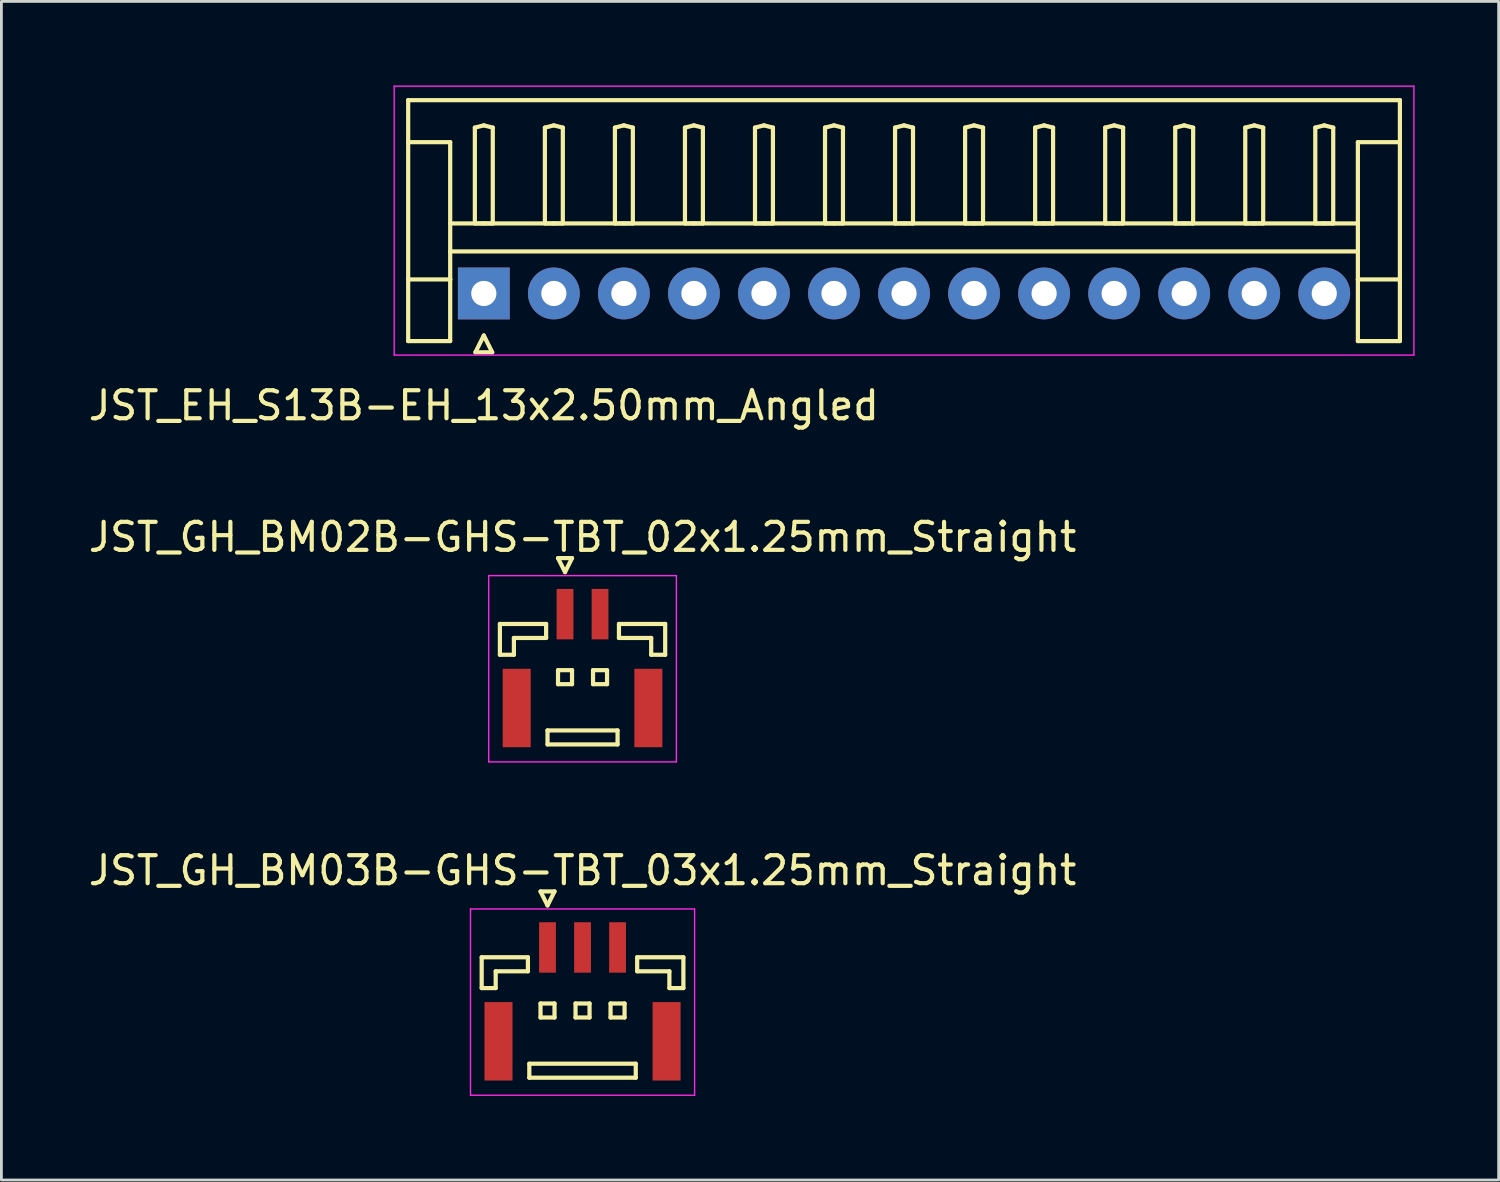
<source format=kicad_pcb>
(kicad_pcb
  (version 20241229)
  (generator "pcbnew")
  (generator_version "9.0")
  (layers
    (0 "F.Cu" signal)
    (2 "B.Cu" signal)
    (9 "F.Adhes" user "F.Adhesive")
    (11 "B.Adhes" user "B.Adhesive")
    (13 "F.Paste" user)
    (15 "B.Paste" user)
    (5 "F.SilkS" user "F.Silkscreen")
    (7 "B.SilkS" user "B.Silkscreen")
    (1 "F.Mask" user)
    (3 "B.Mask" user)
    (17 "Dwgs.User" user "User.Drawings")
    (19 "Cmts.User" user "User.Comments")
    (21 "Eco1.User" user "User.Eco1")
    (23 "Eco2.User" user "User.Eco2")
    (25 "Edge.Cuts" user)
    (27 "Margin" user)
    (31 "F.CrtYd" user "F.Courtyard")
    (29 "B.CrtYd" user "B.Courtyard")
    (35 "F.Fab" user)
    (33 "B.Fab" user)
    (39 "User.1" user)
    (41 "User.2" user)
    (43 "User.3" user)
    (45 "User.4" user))
  (footprint "JST_EH_S13B-EH_13x2.50mm_Angled"
    (layer "F.Cu")
    (at 14.22 7.425)
    (property "Reference" "JST_EH_S13B-EH_13x2.50mm_Angled" (at 0 4 0) (layer "F.SilkS") (effects (font (size 1 1) (thickness 0.15))))
    (attr through_hole)
    (fp_line (start -2.7 -6.9) (end 32.7 -6.9) (stroke (width 0.15) (type solid)) (layer "F.SilkS"))
    (fp_line (start -2.7 -5.4) (end -1.2 -5.4) (stroke (width 0.15) (type solid)) (layer "F.SilkS"))
    (fp_line (start -2.7 1.7) (end -2.7 -6.9) (stroke (width 0.15) (type solid)) (layer "F.SilkS"))
    (fp_line (start -1.2 -5.4) (end -1.2 -0.5) (stroke (width 0.15) (type solid)) (layer "F.SilkS"))
    (fp_line (start -1.2 -2.5) (end 31.2 -2.5) (stroke (width 0.15) (type solid)) (layer "F.SilkS"))
    (fp_line (start -1.2 -1.5) (end 31.2 -1.5) (stroke (width 0.15) (type solid)) (layer "F.SilkS"))
    (fp_line (start -1.2 -0.5) (end -2.7 -0.5) (stroke (width 0.15) (type solid)) (layer "F.SilkS"))
    (fp_line (start -1.2 -0.5) (end -1.2 1.7) (stroke (width 0.15) (type solid)) (layer "F.SilkS"))
    (fp_line (start -1.2 1.7) (end -2.7 1.7) (stroke (width 0.15) (type solid)) (layer "F.SilkS"))
    (fp_line (start -0.32 -5.92) (end 0 -6) (stroke (width 0.15) (type solid)) (layer "F.SilkS"))
    (fp_line (start -0.32 -2.5) (end -0.32 -5.92) (stroke (width 0.15) (type solid)) (layer "F.SilkS"))
    (fp_line (start -0.3 2.1) (end 0.3 2.1) (stroke (width 0.15) (type solid)) (layer "F.SilkS"))
    (fp_line (start 0 -6) (end 0.32 -5.92) (stroke (width 0.15) (type solid)) (layer "F.SilkS"))
    (fp_line (start 0 -2.5) (end -0.32 -2.5) (stroke (width 0.15) (type solid)) (layer "F.SilkS"))
    (fp_line (start 0 1.5) (end -0.3 2.1) (stroke (width 0.15) (type solid)) (layer "F.SilkS"))
    (fp_line (start 0.3 2.1) (end 0 1.5) (stroke (width 0.15) (type solid)) (layer "F.SilkS"))
    (fp_line (start 0.32 -5.92) (end 0.32 -2.5) (stroke (width 0.15) (type solid)) (layer "F.SilkS"))
    (fp_line (start 0.32 -2.5) (end 0 -2.5) (stroke (width 0.15) (type solid)) (layer "F.SilkS"))
    (fp_line (start 2.18 -5.92) (end 2.5 -6) (stroke (width 0.15) (type solid)) (layer "F.SilkS"))
    (fp_line (start 2.18 -2.5) (end 2.18 -5.92) (stroke (width 0.15) (type solid)) (layer "F.SilkS"))
    (fp_line (start 2.5 -6) (end 2.82 -5.92) (stroke (width 0.15) (type solid)) (layer "F.SilkS"))
    (fp_line (start 2.5 -2.5) (end 2.18 -2.5) (stroke (width 0.15) (type solid)) (layer "F.SilkS"))
    (fp_line (start 2.82 -5.92) (end 2.82 -2.5) (stroke (width 0.15) (type solid)) (layer "F.SilkS"))
    (fp_line (start 2.82 -2.5) (end 2.5 -2.5) (stroke (width 0.15) (type solid)) (layer "F.SilkS"))
    (fp_line (start 4.68 -5.92) (end 5 -6) (stroke (width 0.15) (type solid)) (layer "F.SilkS"))
    (fp_line (start 4.68 -2.5) (end 4.68 -5.92) (stroke (width 0.15) (type solid)) (layer "F.SilkS"))
    (fp_line (start 5 -6) (end 5.32 -5.92) (stroke (width 0.15) (type solid)) (layer "F.SilkS"))
    (fp_line (start 5 -2.5) (end 4.68 -2.5) (stroke (width 0.15) (type solid)) (layer "F.SilkS"))
    (fp_line (start 5.32 -5.92) (end 5.32 -2.5) (stroke (width 0.15) (type solid)) (layer "F.SilkS"))
    (fp_line (start 5.32 -2.5) (end 5 -2.5) (stroke (width 0.15) (type solid)) (layer "F.SilkS"))
    (fp_line (start 7.18 -5.92) (end 7.5 -6) (stroke (width 0.15) (type solid)) (layer "F.SilkS"))
    (fp_line (start 7.18 -2.5) (end 7.18 -5.92) (stroke (width 0.15) (type solid)) (layer "F.SilkS"))
    (fp_line (start 7.5 -6) (end 7.82 -5.92) (stroke (width 0.15) (type solid)) (layer "F.SilkS"))
    (fp_line (start 7.5 -2.5) (end 7.18 -2.5) (stroke (width 0.15) (type solid)) (layer "F.SilkS"))
    (fp_line (start 7.82 -5.92) (end 7.82 -2.5) (stroke (width 0.15) (type solid)) (layer "F.SilkS"))
    (fp_line (start 7.82 -2.5) (end 7.5 -2.5) (stroke (width 0.15) (type solid)) (layer "F.SilkS"))
    (fp_line (start 9.68 -5.92) (end 10 -6) (stroke (width 0.15) (type solid)) (layer "F.SilkS"))
    (fp_line (start 9.68 -2.5) (end 9.68 -5.92) (stroke (width 0.15) (type solid)) (layer "F.SilkS"))
    (fp_line (start 10 -6) (end 10.32 -5.92) (stroke (width 0.15) (type solid)) (layer "F.SilkS"))
    (fp_line (start 10 -2.5) (end 9.68 -2.5) (stroke (width 0.15) (type solid)) (layer "F.SilkS"))
    (fp_line (start 10.32 -5.92) (end 10.32 -2.5) (stroke (width 0.15) (type solid)) (layer "F.SilkS"))
    (fp_line (start 10.32 -2.5) (end 10 -2.5) (stroke (width 0.15) (type solid)) (layer "F.SilkS"))
    (fp_line (start 12.18 -5.92) (end 12.5 -6) (stroke (width 0.15) (type solid)) (layer "F.SilkS"))
    (fp_line (start 12.18 -2.5) (end 12.18 -5.92) (stroke (width 0.15) (type solid)) (layer "F.SilkS"))
    (fp_line (start 12.5 -6) (end 12.82 -5.92) (stroke (width 0.15) (type solid)) (layer "F.SilkS"))
    (fp_line (start 12.5 -2.5) (end 12.18 -2.5) (stroke (width 0.15) (type solid)) (layer "F.SilkS"))
    (fp_line (start 12.82 -5.92) (end 12.82 -2.5) (stroke (width 0.15) (type solid)) (layer "F.SilkS"))
    (fp_line (start 12.82 -2.5) (end 12.5 -2.5) (stroke (width 0.15) (type solid)) (layer "F.SilkS"))
    (fp_line (start 14.68 -5.92) (end 15 -6) (stroke (width 0.15) (type solid)) (layer "F.SilkS"))
    (fp_line (start 14.68 -2.5) (end 14.68 -5.92) (stroke (width 0.15) (type solid)) (layer "F.SilkS"))
    (fp_line (start 15 -6) (end 15.32 -5.92) (stroke (width 0.15) (type solid)) (layer "F.SilkS"))
    (fp_line (start 15 -2.5) (end 14.68 -2.5) (stroke (width 0.15) (type solid)) (layer "F.SilkS"))
    (fp_line (start 15.32 -5.92) (end 15.32 -2.5) (stroke (width 0.15) (type solid)) (layer "F.SilkS"))
    (fp_line (start 15.32 -2.5) (end 15 -2.5) (stroke (width 0.15) (type solid)) (layer "F.SilkS"))
    (fp_line (start 17.18 -5.92) (end 17.5 -6) (stroke (width 0.15) (type solid)) (layer "F.SilkS"))
    (fp_line (start 17.18 -2.5) (end 17.18 -5.92) (stroke (width 0.15) (type solid)) (layer "F.SilkS"))
    (fp_line (start 17.5 -6) (end 17.82 -5.92) (stroke (width 0.15) (type solid)) (layer "F.SilkS"))
    (fp_line (start 17.5 -2.5) (end 17.18 -2.5) (stroke (width 0.15) (type solid)) (layer "F.SilkS"))
    (fp_line (start 17.82 -5.92) (end 17.82 -2.5) (stroke (width 0.15) (type solid)) (layer "F.SilkS"))
    (fp_line (start 17.82 -2.5) (end 17.5 -2.5) (stroke (width 0.15) (type solid)) (layer "F.SilkS"))
    (fp_line (start 19.68 -5.92) (end 20 -6) (stroke (width 0.15) (type solid)) (layer "F.SilkS"))
    (fp_line (start 19.68 -2.5) (end 19.68 -5.92) (stroke (width 0.15) (type solid)) (layer "F.SilkS"))
    (fp_line (start 20 -6) (end 20.32 -5.92) (stroke (width 0.15) (type solid)) (layer "F.SilkS"))
    (fp_line (start 20 -2.5) (end 19.68 -2.5) (stroke (width 0.15) (type solid)) (layer "F.SilkS"))
    (fp_line (start 20.32 -5.92) (end 20.32 -2.5) (stroke (width 0.15) (type solid)) (layer "F.SilkS"))
    (fp_line (start 20.32 -2.5) (end 20 -2.5) (stroke (width 0.15) (type solid)) (layer "F.SilkS"))
    (fp_line (start 22.18 -5.92) (end 22.5 -6) (stroke (width 0.15) (type solid)) (layer "F.SilkS"))
    (fp_line (start 22.18 -2.5) (end 22.18 -5.92) (stroke (width 0.15) (type solid)) (layer "F.SilkS"))
    (fp_line (start 22.5 -6) (end 22.82 -5.92) (stroke (width 0.15) (type solid)) (layer "F.SilkS"))
    (fp_line (start 22.5 -2.5) (end 22.18 -2.5) (stroke (width 0.15) (type solid)) (layer "F.SilkS"))
    (fp_line (start 22.82 -5.92) (end 22.82 -2.5) (stroke (width 0.15) (type solid)) (layer "F.SilkS"))
    (fp_line (start 22.82 -2.5) (end 22.5 -2.5) (stroke (width 0.15) (type solid)) (layer "F.SilkS"))
    (fp_line (start 24.68 -5.92) (end 25 -6) (stroke (width 0.15) (type solid)) (layer "F.SilkS"))
    (fp_line (start 24.68 -2.5) (end 24.68 -5.92) (stroke (width 0.15) (type solid)) (layer "F.SilkS"))
    (fp_line (start 25 -6) (end 25.32 -5.92) (stroke (width 0.15) (type solid)) (layer "F.SilkS"))
    (fp_line (start 25 -2.5) (end 24.68 -2.5) (stroke (width 0.15) (type solid)) (layer "F.SilkS"))
    (fp_line (start 25.32 -5.92) (end 25.32 -2.5) (stroke (width 0.15) (type solid)) (layer "F.SilkS"))
    (fp_line (start 25.32 -2.5) (end 25 -2.5) (stroke (width 0.15) (type solid)) (layer "F.SilkS"))
    (fp_line (start 27.18 -5.92) (end 27.5 -6) (stroke (width 0.15) (type solid)) (layer "F.SilkS"))
    (fp_line (start 27.18 -2.5) (end 27.18 -5.92) (stroke (width 0.15) (type solid)) (layer "F.SilkS"))
    (fp_line (start 27.5 -6) (end 27.82 -5.92) (stroke (width 0.15) (type solid)) (layer "F.SilkS"))
    (fp_line (start 27.5 -2.5) (end 27.18 -2.5) (stroke (width 0.15) (type solid)) (layer "F.SilkS"))
    (fp_line (start 27.82 -5.92) (end 27.82 -2.5) (stroke (width 0.15) (type solid)) (layer "F.SilkS"))
    (fp_line (start 27.82 -2.5) (end 27.5 -2.5) (stroke (width 0.15) (type solid)) (layer "F.SilkS"))
    (fp_line (start 29.68 -5.92) (end 30 -6) (stroke (width 0.15) (type solid)) (layer "F.SilkS"))
    (fp_line (start 29.68 -2.5) (end 29.68 -5.92) (stroke (width 0.15) (type solid)) (layer "F.SilkS"))
    (fp_line (start 30 -6) (end 30.32 -5.92) (stroke (width 0.15) (type solid)) (layer "F.SilkS"))
    (fp_line (start 30 -2.5) (end 29.68 -2.5) (stroke (width 0.15) (type solid)) (layer "F.SilkS"))
    (fp_line (start 30.32 -5.92) (end 30.32 -2.5) (stroke (width 0.15) (type solid)) (layer "F.SilkS"))
    (fp_line (start 30.32 -2.5) (end 30 -2.5) (stroke (width 0.15) (type solid)) (layer "F.SilkS"))
    (fp_line (start 31.2 -5.4) (end 31.2 -0.5) (stroke (width 0.15) (type solid)) (layer "F.SilkS"))
    (fp_line (start 31.2 -0.5) (end 32.7 -0.5) (stroke (width 0.15) (type solid)) (layer "F.SilkS"))
    (fp_line (start 31.2 1.7) (end 31.2 -0.5) (stroke (width 0.15) (type solid)) (layer "F.SilkS"))
    (fp_line (start 32.7 -6.9) (end 32.7 1.7) (stroke (width 0.15) (type solid)) (layer "F.SilkS"))
    (fp_line (start 32.7 -5.4) (end 31.2 -5.4) (stroke (width 0.15) (type solid)) (layer "F.SilkS"))
    (fp_line (start 32.7 1.7) (end 31.2 1.7) (stroke (width 0.15) (type solid)) (layer "F.SilkS"))
    (fp_line (start -3.2 -7.4) (end -3.2 2.2) (stroke (width 0.05) (type solid)) (layer "F.CrtYd"))
    (fp_line (start -3.2 2.2) (end 33.2 2.2) (stroke (width 0.05) (type solid)) (layer "F.CrtYd"))
    (fp_line (start 33.2 -7.4) (end -3.2 -7.4) (stroke (width 0.05) (type solid)) (layer "F.CrtYd"))
    (fp_line (start 33.2 2.2) (end 33.2 -7.4) (stroke (width 0.05) (type solid)) (layer "F.CrtYd"))
    (pad "1" thru_hole rect (at 0 0) (size 1.85 1.85) (drill 0.9) (layers "*.Cu" "*.Mask"))
    (pad "2" thru_hole circle (at 2.5 0) (size 1.85 1.85) (drill 0.9) (layers "*.Cu" "*.Mask"))
    (pad "3" thru_hole circle (at 5 0) (size 1.85 1.85) (drill 0.9) (layers "*.Cu" "*.Mask"))
    (pad "4" thru_hole circle (at 7.5 0) (size 1.85 1.85) (drill 0.9) (layers "*.Cu" "*.Mask"))
    (pad "5" thru_hole circle (at 10 0) (size 1.85 1.85) (drill 0.9) (layers "*.Cu" "*.Mask"))
    (pad "6" thru_hole circle (at 12.5 0) (size 1.85 1.85) (drill 0.9) (layers "*.Cu" "*.Mask"))
    (pad "7" thru_hole circle (at 15 0) (size 1.85 1.85) (drill 0.9) (layers "*.Cu" "*.Mask"))
    (pad "8" thru_hole circle (at 17.5 0) (size 1.85 1.85) (drill 0.9) (layers "*.Cu" "*.Mask"))
    (pad "9" thru_hole circle (at 20 0) (size 1.85 1.85) (drill 0.9) (layers "*.Cu" "*.Mask"))
    (pad "10" thru_hole circle (at 22.5 0) (size 1.85 1.85) (drill 0.9) (layers "*.Cu" "*.Mask"))
    (pad "11" thru_hole circle (at 25 0) (size 1.85 1.85) (drill 0.9) (layers "*.Cu" "*.Mask"))
    (pad "12" thru_hole circle (at 27.5 0) (size 1.85 1.85) (drill 0.9) (layers "*.Cu" "*.Mask"))
    (pad "13" thru_hole circle (at 30 0) (size 1.85 1.85) (drill 0.9) (layers "*.Cu" "*.Mask")))
  (footprint "JST_GH_BM03B-GHS-TBT_03x1.25mm_Straight"
    (layer "F.Cu")
    (at 17.744 32.445)
    (property "Reference" "JST_GH_BM03B-GHS-TBT_03x1.25mm_Straight" (at 0 -4.425 0) (layer "F.SilkS") (effects (font (size 1 1) (thickness 0.15))))
    (attr smd)
    (fp_line (start -3.6 -1.325) (end -1.95 -1.325) (stroke (width 0.15) (type solid)) (layer "F.SilkS"))
    (fp_line (start -3.6 -0.225) (end -3.6 -1.325) (stroke (width 0.15) (type solid)) (layer "F.SilkS"))
    (fp_line (start -3.1 -0.825) (end -3.1 -0.225) (stroke (width 0.15) (type solid)) (layer "F.SilkS"))
    (fp_line (start -3.1 -0.225) (end -3.6 -0.225) (stroke (width 0.15) (type solid)) (layer "F.SilkS"))
    (fp_line (start -1.95 -1.325) (end -1.95 -0.825) (stroke (width 0.15) (type solid)) (layer "F.SilkS"))
    (fp_line (start -1.95 -0.825) (end -3.1 -0.825) (stroke (width 0.15) (type solid)) (layer "F.SilkS"))
    (fp_line (start -1.9 2.475) (end -1.9 2.975) (stroke (width 0.15) (type solid)) (layer "F.SilkS"))
    (fp_line (start -1.9 2.975) (end 1.9 2.975) (stroke (width 0.15) (type solid)) (layer "F.SilkS"))
    (fp_line (start -1.5 -3.675) (end -1 -3.675) (stroke (width 0.15) (type solid)) (layer "F.SilkS"))
    (fp_line (start -1.5 0.325) (end -1.5 0.825) (stroke (width 0.15) (type solid)) (layer "F.SilkS"))
    (fp_line (start -1.5 0.825) (end -1 0.825) (stroke (width 0.15) (type solid)) (layer "F.SilkS"))
    (fp_line (start -1.25 -3.175) (end -1.5 -3.675) (stroke (width 0.15) (type solid)) (layer "F.SilkS"))
    (fp_line (start -1 -3.675) (end -1.25 -3.175) (stroke (width 0.15) (type solid)) (layer "F.SilkS"))
    (fp_line (start -1 0.325) (end -1.5 0.325) (stroke (width 0.15) (type solid)) (layer "F.SilkS"))
    (fp_line (start -1 0.825) (end -1 0.325) (stroke (width 0.15) (type solid)) (layer "F.SilkS"))
    (fp_line (start -0.25 0.325) (end -0.25 0.825) (stroke (width 0.15) (type solid)) (layer "F.SilkS"))
    (fp_line (start -0.25 0.825) (end 0.25 0.825) (stroke (width 0.15) (type solid)) (layer "F.SilkS"))
    (fp_line (start 0.25 0.325) (end -0.25 0.325) (stroke (width 0.15) (type solid)) (layer "F.SilkS"))
    (fp_line (start 0.25 0.825) (end 0.25 0.325) (stroke (width 0.15) (type solid)) (layer "F.SilkS"))
    (fp_line (start 1 0.325) (end 1 0.825) (stroke (width 0.15) (type solid)) (layer "F.SilkS"))
    (fp_line (start 1 0.825) (end 1.5 0.825) (stroke (width 0.15) (type solid)) (layer "F.SilkS"))
    (fp_line (start 1.5 0.325) (end 1 0.325) (stroke (width 0.15) (type solid)) (layer "F.SilkS"))
    (fp_line (start 1.5 0.825) (end 1.5 0.325) (stroke (width 0.15) (type solid)) (layer "F.SilkS"))
    (fp_line (start 1.9 2.475) (end -1.9 2.475) (stroke (width 0.15) (type solid)) (layer "F.SilkS"))
    (fp_line (start 1.9 2.975) (end 1.9 2.475) (stroke (width 0.15) (type solid)) (layer "F.SilkS"))
    (fp_line (start 1.95 -1.325) (end 1.95 -0.825) (stroke (width 0.15) (type solid)) (layer "F.SilkS"))
    (fp_line (start 1.95 -0.825) (end 3.1 -0.825) (stroke (width 0.15) (type solid)) (layer "F.SilkS"))
    (fp_line (start 3.1 -0.825) (end 3.1 -0.225) (stroke (width 0.15) (type solid)) (layer "F.SilkS"))
    (fp_line (start 3.1 -0.225) (end 3.6 -0.225) (stroke (width 0.15) (type solid)) (layer "F.SilkS"))
    (fp_line (start 3.6 -1.325) (end 1.95 -1.325) (stroke (width 0.15) (type solid)) (layer "F.SilkS"))
    (fp_line (start 3.6 -0.225) (end 3.6 -1.325) (stroke (width 0.15) (type solid)) (layer "F.SilkS"))
    (fp_line (start -4 -3.05) (end -4 3.6) (stroke (width 0.05) (type solid)) (layer "F.CrtYd"))
    (fp_line (start -4 3.6) (end 4 3.6) (stroke (width 0.05) (type solid)) (layer "F.CrtYd"))
    (fp_line (start 4 -3.05) (end -4 -3.05) (stroke (width 0.05) (type solid)) (layer "F.CrtYd"))
    (fp_line (start 4 3.6) (end 4 -3.05) (stroke (width 0.05) (type solid)) (layer "F.CrtYd"))
    (pad "" smd rect (at -3 1.675) (size 1 2.8) (layers "F.Cu" "F.Mask" "F.Paste"))
    (pad "" smd rect (at 3 1.675) (size 1 2.8) (layers "F.Cu" "F.Mask" "F.Paste"))
    (pad "1" smd rect (at -1.25 -1.675) (size 0.6 1.8) (layers "F.Cu" "F.Mask" "F.Paste"))
    (pad "2" smd rect (at 0 -1.675) (size 0.6 1.8) (layers "F.Cu" "F.Mask" "F.Paste"))
    (pad "3" smd rect (at 1.25 -1.675) (size 0.6 1.8) (layers "F.Cu" "F.Mask" "F.Paste")))
  (footprint "JST_GH_BM02B-GHS-TBT_02x1.25mm_Straight"
    (layer "F.Cu")
    (at 17.744 20.547)
    (property "Reference" "JST_GH_BM02B-GHS-TBT_02x1.25mm_Straight" (at 0 -4.425 0) (layer "F.SilkS") (effects (font (size 1 1) (thickness 0.15))))
    (attr smd)
    (fp_line (start -2.95 -1.325) (end -1.3 -1.325) (stroke (width 0.15) (type solid)) (layer "F.SilkS"))
    (fp_line (start -2.95 -0.225) (end -2.95 -1.325) (stroke (width 0.15) (type solid)) (layer "F.SilkS"))
    (fp_line (start -2.45 -0.825) (end -2.45 -0.225) (stroke (width 0.15) (type solid)) (layer "F.SilkS"))
    (fp_line (start -2.45 -0.225) (end -2.95 -0.225) (stroke (width 0.15) (type solid)) (layer "F.SilkS"))
    (fp_line (start -1.3 -1.325) (end -1.3 -0.825) (stroke (width 0.15) (type solid)) (layer "F.SilkS"))
    (fp_line (start -1.3 -0.825) (end -2.45 -0.825) (stroke (width 0.15) (type solid)) (layer "F.SilkS"))
    (fp_line (start -1.25 2.475) (end -1.25 2.975) (stroke (width 0.15) (type solid)) (layer "F.SilkS"))
    (fp_line (start -1.25 2.975) (end 1.25 2.975) (stroke (width 0.15) (type solid)) (layer "F.SilkS"))
    (fp_line (start -0.875 -3.675) (end -0.375 -3.675) (stroke (width 0.15) (type solid)) (layer "F.SilkS"))
    (fp_line (start -0.875 0.325) (end -0.875 0.825) (stroke (width 0.15) (type solid)) (layer "F.SilkS"))
    (fp_line (start -0.875 0.825) (end -0.375 0.825) (stroke (width 0.15) (type solid)) (layer "F.SilkS"))
    (fp_line (start -0.625 -3.175) (end -0.875 -3.675) (stroke (width 0.15) (type solid)) (layer "F.SilkS"))
    (fp_line (start -0.375 -3.675) (end -0.625 -3.175) (stroke (width 0.15) (type solid)) (layer "F.SilkS"))
    (fp_line (start -0.375 0.325) (end -0.875 0.325) (stroke (width 0.15) (type solid)) (layer "F.SilkS"))
    (fp_line (start -0.375 0.825) (end -0.375 0.325) (stroke (width 0.15) (type solid)) (layer "F.SilkS"))
    (fp_line (start 0.375 0.325) (end 0.375 0.825) (stroke (width 0.15) (type solid)) (layer "F.SilkS"))
    (fp_line (start 0.375 0.825) (end 0.875 0.825) (stroke (width 0.15) (type solid)) (layer "F.SilkS"))
    (fp_line (start 0.875 0.325) (end 0.375 0.325) (stroke (width 0.15) (type solid)) (layer "F.SilkS"))
    (fp_line (start 0.875 0.825) (end 0.875 0.325) (stroke (width 0.15) (type solid)) (layer "F.SilkS"))
    (fp_line (start 1.25 2.475) (end -1.25 2.475) (stroke (width 0.15) (type solid)) (layer "F.SilkS"))
    (fp_line (start 1.25 2.975) (end 1.25 2.475) (stroke (width 0.15) (type solid)) (layer "F.SilkS"))
    (fp_line (start 1.3 -1.325) (end 1.3 -0.825) (stroke (width 0.15) (type solid)) (layer "F.SilkS"))
    (fp_line (start 1.3 -0.825) (end 2.45 -0.825) (stroke (width 0.15) (type solid)) (layer "F.SilkS"))
    (fp_line (start 2.45 -0.825) (end 2.45 -0.225) (stroke (width 0.15) (type solid)) (layer "F.SilkS"))
    (fp_line (start 2.45 -0.225) (end 2.95 -0.225) (stroke (width 0.15) (type solid)) (layer "F.SilkS"))
    (fp_line (start 2.95 -1.325) (end 1.3 -1.325) (stroke (width 0.15) (type solid)) (layer "F.SilkS"))
    (fp_line (start 2.95 -0.225) (end 2.95 -1.325) (stroke (width 0.15) (type solid)) (layer "F.SilkS"))
    (fp_line (start -3.35 -3.05) (end -3.35 3.6) (stroke (width 0.05) (type solid)) (layer "F.CrtYd"))
    (fp_line (start -3.35 3.6) (end 3.35 3.6) (stroke (width 0.05) (type solid)) (layer "F.CrtYd"))
    (fp_line (start 3.35 -3.05) (end -3.35 -3.05) (stroke (width 0.05) (type solid)) (layer "F.CrtYd"))
    (fp_line (start 3.35 3.6) (end 3.35 -3.05) (stroke (width 0.05) (type solid)) (layer "F.CrtYd"))
    (pad "" smd rect (at -2.35 1.675) (size 1 2.8) (layers "F.Cu" "F.Mask" "F.Paste"))
    (pad "" smd rect (at 2.35 1.675) (size 1 2.8) (layers "F.Cu" "F.Mask" "F.Paste"))
    (pad "1" smd rect (at -0.625 -1.675) (size 0.6 1.8) (layers "F.Cu" "F.Mask" "F.Paste"))
    (pad "2" smd rect (at 0.625 -1.675) (size 0.6 1.8) (layers "F.Cu" "F.Mask" "F.Paste")))
  (gr_rect
    (start -3 -3)
    (end 50.445 39.07)
    (stroke (width 0.1) (type default))
    (fill no)
    (layer "Edge.Cuts")))
</source>
